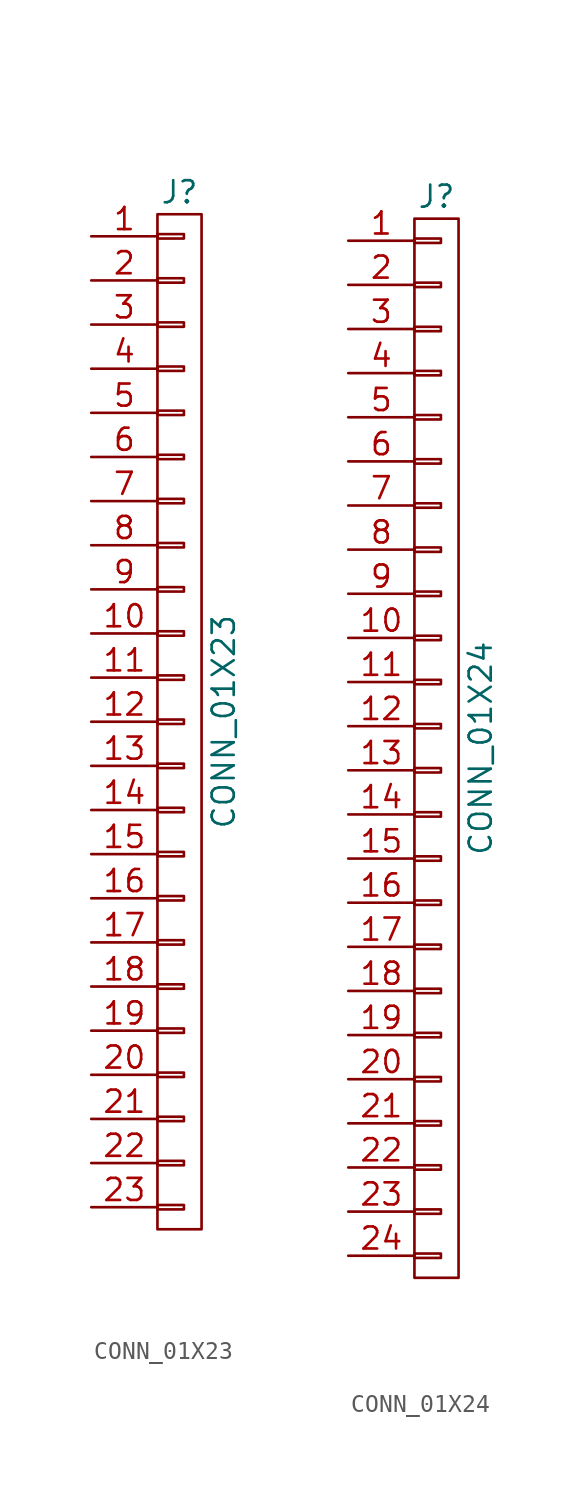
<source format=kicad_sym>
(kicad_symbol_lib
  (version 20211014)
  (generator kicad_symbol_editor)
  (symbol "CONN_01X23"
    (pin_names
      (offset 1.016) hide)
    (property "Reference" "J"
      (at 0 30.48 0)
      (effects (font (size 1.27 1.27))))
    (property "Value" "CONN_01X23"
      (at 2.54 0 90)
      (effects (font (size 1.27 1.27))))
    (symbol "CONN_01X23_0_1"
      (rectangle (start -1.27 -29.21) (end 1.27 29.21) (stroke (width 0) (type default) (color 0 0 0 0)) (fill (type none)))
      (rectangle (start -1.27 -27.813) (end 0.254 -28.067) (stroke (width 0) (type default) (color 0 0 0 0)) (fill (type none)))
      (rectangle (start -1.27 -25.273) (end 0.254 -25.527) (stroke (width 0) (type default) (color 0 0 0 0)) (fill (type none)))
      (rectangle (start -1.27 -22.733) (end 0.254 -22.987) (stroke (width 0) (type default) (color 0 0 0 0)) (fill (type none)))
      (rectangle (start -1.27 -20.193) (end 0.254 -20.447) (stroke (width 0) (type default) (color 0 0 0 0)) (fill (type none)))
      (rectangle (start -1.27 -17.653) (end 0.254 -17.907) (stroke (width 0) (type default) (color 0 0 0 0)) (fill (type none)))
      (rectangle (start -1.27 -15.113) (end 0.254 -15.367) (stroke (width 0) (type default) (color 0 0 0 0)) (fill (type none)))
      (rectangle (start -1.27 -12.573) (end 0.254 -12.827) (stroke (width 0) (type default) (color 0 0 0 0)) (fill (type none)))
      (rectangle (start -1.27 -10.033) (end 0.254 -10.287) (stroke (width 0) (type default) (color 0 0 0 0)) (fill (type none)))
      (rectangle (start -1.27 -7.493) (end 0.254 -7.747) (stroke (width 0) (type default) (color 0 0 0 0)) (fill (type none)))
      (rectangle (start -1.27 -4.953) (end 0.254 -5.207) (stroke (width 0) (type default) (color 0 0 0 0)) (fill (type none)))
      (rectangle (start -1.27 -2.413) (end 0.254 -2.667) (stroke (width 0) (type default) (color 0 0 0 0)) (fill (type none)))
      (rectangle (start -1.27 0.127) (end 0.254 -0.127) (stroke (width 0) (type default) (color 0 0 0 0)) (fill (type none)))
      (rectangle (start -1.27 2.667) (end 0.254 2.413) (stroke (width 0) (type default) (color 0 0 0 0)) (fill (type none)))
      (rectangle (start -1.27 5.207) (end 0.254 4.953) (stroke (width 0) (type default) (color 0 0 0 0)) (fill (type none)))
      (rectangle (start -1.27 7.747) (end 0.254 7.493) (stroke (width 0) (type default) (color 0 0 0 0)) (fill (type none)))
      (rectangle (start -1.27 10.287) (end 0.254 10.033) (stroke (width 0) (type default) (color 0 0 0 0)) (fill (type none)))
      (rectangle (start -1.27 12.827) (end 0.254 12.573) (stroke (width 0) (type default) (color 0 0 0 0)) (fill (type none)))
      (rectangle (start -1.27 15.367) (end 0.254 15.113) (stroke (width 0) (type default) (color 0 0 0 0)) (fill (type none)))
      (rectangle (start -1.27 17.907) (end 0.254 17.653) (stroke (width 0) (type default) (color 0 0 0 0)) (fill (type none)))
      (rectangle (start -1.27 20.447) (end 0.254 20.193) (stroke (width 0) (type default) (color 0 0 0 0)) (fill (type none)))
      (rectangle (start -1.27 22.987) (end 0.254 22.733) (stroke (width 0) (type default) (color 0 0 0 0)) (fill (type none)))
      (rectangle (start -1.27 25.527) (end 0.254 25.273) (stroke (width 0) (type default) (color 0 0 0 0)) (fill (type none)))
      (rectangle (start -1.27 28.067) (end 0.254 27.813) (stroke (width 0) (type default) (color 0 0 0 0)) (fill (type none))))
    (symbol "CONN_01X23_1_1"
      (pin passive line (at -5.08 27.94 0) (length 3.81) (name "P1" (effects (font (size 1.27 1.27)))) (number "1" (effects (font (size 1.27 1.27)))))
      (pin passive line (at -5.08 5.08 0) (length 3.81) (name "P10" (effects (font (size 1.27 1.27)))) (number "10" (effects (font (size 1.27 1.27)))))
      (pin passive line (at -5.08 2.54 0) (length 3.81) (name "P11" (effects (font (size 1.27 1.27)))) (number "11" (effects (font (size 1.27 1.27)))))
      (pin passive line (at -5.08 0 0) (length 3.81) (name "P12" (effects (font (size 1.27 1.27)))) (number "12" (effects (font (size 1.27 1.27)))))
      (pin passive line (at -5.08 -2.54 0) (length 3.81) (name "P13" (effects (font (size 1.27 1.27)))) (number "13" (effects (font (size 1.27 1.27)))))
      (pin passive line (at -5.08 -5.08 0) (length 3.81) (name "P14" (effects (font (size 1.27 1.27)))) (number "14" (effects (font (size 1.27 1.27)))))
      (pin passive line (at -5.08 -7.62 0) (length 3.81) (name "P15" (effects (font (size 1.27 1.27)))) (number "15" (effects (font (size 1.27 1.27)))))
      (pin passive line (at -5.08 -10.16 0) (length 3.81) (name "P16" (effects (font (size 1.27 1.27)))) (number "16" (effects (font (size 1.27 1.27)))))
      (pin passive line (at -5.08 -12.7 0) (length 3.81) (name "P17" (effects (font (size 1.27 1.27)))) (number "17" (effects (font (size 1.27 1.27)))))
      (pin passive line (at -5.08 -15.24 0) (length 3.81) (name "P18" (effects (font (size 1.27 1.27)))) (number "18" (effects (font (size 1.27 1.27)))))
      (pin passive line (at -5.08 -17.78 0) (length 3.81) (name "P19" (effects (font (size 1.27 1.27)))) (number "19" (effects (font (size 1.27 1.27)))))
      (pin passive line (at -5.08 25.4 0) (length 3.81) (name "P2" (effects (font (size 1.27 1.27)))) (number "2" (effects (font (size 1.27 1.27)))))
      (pin passive line (at -5.08 -20.32 0) (length 3.81) (name "P20" (effects (font (size 1.27 1.27)))) (number "20" (effects (font (size 1.27 1.27)))))
      (pin passive line (at -5.08 -22.86 0) (length 3.81) (name "P21" (effects (font (size 1.27 1.27)))) (number "21" (effects (font (size 1.27 1.27)))))
      (pin passive line (at -5.08 -25.4 0) (length 3.81) (name "P22" (effects (font (size 1.27 1.27)))) (number "22" (effects (font (size 1.27 1.27)))))
      (pin passive line (at -5.08 -27.94 0) (length 3.81) (name "P23" (effects (font (size 1.27 1.27)))) (number "23" (effects (font (size 1.27 1.27)))))
      (pin passive line (at -5.08 22.86 0) (length 3.81) (name "P3" (effects (font (size 1.27 1.27)))) (number "3" (effects (font (size 1.27 1.27)))))
      (pin passive line (at -5.08 20.32 0) (length 3.81) (name "P4" (effects (font (size 1.27 1.27)))) (number "4" (effects (font (size 1.27 1.27)))))
      (pin passive line (at -5.08 17.78 0) (length 3.81) (name "P5" (effects (font (size 1.27 1.27)))) (number "5" (effects (font (size 1.27 1.27)))))
      (pin passive line (at -5.08 15.24 0) (length 3.81) (name "P6" (effects (font (size 1.27 1.27)))) (number "6" (effects (font (size 1.27 1.27)))))
      (pin passive line (at -5.08 12.7 0) (length 3.81) (name "P7" (effects (font (size 1.27 1.27)))) (number "7" (effects (font (size 1.27 1.27)))))
      (pin passive line (at -5.08 10.16 0) (length 3.81) (name "P8" (effects (font (size 1.27 1.27)))) (number "8" (effects (font (size 1.27 1.27)))))
      (pin passive line (at -5.08 7.62 0) (length 3.81) (name "P9" (effects (font (size 1.27 1.27)))) (number "9" (effects (font (size 1.27 1.27)))))))
  (symbol "CONN_01X24"
    (pin_names
      (offset 1.016) hide)
    (property "Reference" "J"
      (at 0 31.75 0)
      (effects (font (size 1.27 1.27))))
    (property "Value" "CONN_01X24"
      (at 2.54 0 90)
      (effects (font (size 1.27 1.27))))
    (symbol "CONN_01X24_0_1"
      (rectangle (start -1.27 -30.48) (end 1.27 30.48) (stroke (width 0) (type default) (color 0 0 0 0)) (fill (type none)))
      (rectangle (start -1.27 -29.083) (end 0.254 -29.337) (stroke (width 0) (type default) (color 0 0 0 0)) (fill (type none)))
      (rectangle (start -1.27 -26.543) (end 0.254 -26.797) (stroke (width 0) (type default) (color 0 0 0 0)) (fill (type none)))
      (rectangle (start -1.27 -24.003) (end 0.254 -24.257) (stroke (width 0) (type default) (color 0 0 0 0)) (fill (type none)))
      (rectangle (start -1.27 -21.463) (end 0.254 -21.717) (stroke (width 0) (type default) (color 0 0 0 0)) (fill (type none)))
      (rectangle (start -1.27 -18.923) (end 0.254 -19.177) (stroke (width 0) (type default) (color 0 0 0 0)) (fill (type none)))
      (rectangle (start -1.27 -16.383) (end 0.254 -16.637) (stroke (width 0) (type default) (color 0 0 0 0)) (fill (type none)))
      (rectangle (start -1.27 -13.843) (end 0.254 -14.097) (stroke (width 0) (type default) (color 0 0 0 0)) (fill (type none)))
      (rectangle (start -1.27 -11.303) (end 0.254 -11.557) (stroke (width 0) (type default) (color 0 0 0 0)) (fill (type none)))
      (rectangle (start -1.27 -8.763) (end 0.254 -9.017) (stroke (width 0) (type default) (color 0 0 0 0)) (fill (type none)))
      (rectangle (start -1.27 -6.223) (end 0.254 -6.477) (stroke (width 0) (type default) (color 0 0 0 0)) (fill (type none)))
      (rectangle (start -1.27 -3.683) (end 0.254 -3.937) (stroke (width 0) (type default) (color 0 0 0 0)) (fill (type none)))
      (rectangle (start -1.27 -1.143) (end 0.254 -1.397) (stroke (width 0) (type default) (color 0 0 0 0)) (fill (type none)))
      (rectangle (start -1.27 1.397) (end 0.254 1.143) (stroke (width 0) (type default) (color 0 0 0 0)) (fill (type none)))
      (rectangle (start -1.27 3.937) (end 0.254 3.683) (stroke (width 0) (type default) (color 0 0 0 0)) (fill (type none)))
      (rectangle (start -1.27 6.477) (end 0.254 6.223) (stroke (width 0) (type default) (color 0 0 0 0)) (fill (type none)))
      (rectangle (start -1.27 9.017) (end 0.254 8.763) (stroke (width 0) (type default) (color 0 0 0 0)) (fill (type none)))
      (rectangle (start -1.27 11.557) (end 0.254 11.303) (stroke (width 0) (type default) (color 0 0 0 0)) (fill (type none)))
      (rectangle (start -1.27 14.097) (end 0.254 13.843) (stroke (width 0) (type default) (color 0 0 0 0)) (fill (type none)))
      (rectangle (start -1.27 16.637) (end 0.254 16.383) (stroke (width 0) (type default) (color 0 0 0 0)) (fill (type none)))
      (rectangle (start -1.27 19.177) (end 0.254 18.923) (stroke (width 0) (type default) (color 0 0 0 0)) (fill (type none)))
      (rectangle (start -1.27 21.717) (end 0.254 21.463) (stroke (width 0) (type default) (color 0 0 0 0)) (fill (type none)))
      (rectangle (start -1.27 24.257) (end 0.254 24.003) (stroke (width 0) (type default) (color 0 0 0 0)) (fill (type none)))
      (rectangle (start -1.27 26.797) (end 0.254 26.543) (stroke (width 0) (type default) (color 0 0 0 0)) (fill (type none)))
      (rectangle (start -1.27 29.337) (end 0.254 29.083) (stroke (width 0) (type default) (color 0 0 0 0)) (fill (type none))))
    (symbol "CONN_01X24_1_1"
      (pin passive line (at -5.08 29.21 0) (length 3.81) (name "P1" (effects (font (size 1.27 1.27)))) (number "1" (effects (font (size 1.27 1.27)))))
      (pin passive line (at -5.08 6.35 0) (length 3.81) (name "P10" (effects (font (size 1.27 1.27)))) (number "10" (effects (font (size 1.27 1.27)))))
      (pin passive line (at -5.08 3.81 0) (length 3.81) (name "P11" (effects (font (size 1.27 1.27)))) (number "11" (effects (font (size 1.27 1.27)))))
      (pin passive line (at -5.08 1.27 0) (length 3.81) (name "P12" (effects (font (size 1.27 1.27)))) (number "12" (effects (font (size 1.27 1.27)))))
      (pin passive line (at -5.08 -1.27 0) (length 3.81) (name "P13" (effects (font (size 1.27 1.27)))) (number "13" (effects (font (size 1.27 1.27)))))
      (pin passive line (at -5.08 -3.81 0) (length 3.81) (name "P14" (effects (font (size 1.27 1.27)))) (number "14" (effects (font (size 1.27 1.27)))))
      (pin passive line (at -5.08 -6.35 0) (length 3.81) (name "P15" (effects (font (size 1.27 1.27)))) (number "15" (effects (font (size 1.27 1.27)))))
      (pin passive line (at -5.08 -8.89 0) (length 3.81) (name "P16" (effects (font (size 1.27 1.27)))) (number "16" (effects (font (size 1.27 1.27)))))
      (pin passive line (at -5.08 -11.43 0) (length 3.81) (name "P17" (effects (font (size 1.27 1.27)))) (number "17" (effects (font (size 1.27 1.27)))))
      (pin passive line (at -5.08 -13.97 0) (length 3.81) (name "P18" (effects (font (size 1.27 1.27)))) (number "18" (effects (font (size 1.27 1.27)))))
      (pin passive line (at -5.08 -16.51 0) (length 3.81) (name "P19" (effects (font (size 1.27 1.27)))) (number "19" (effects (font (size 1.27 1.27)))))
      (pin passive line (at -5.08 26.67 0) (length 3.81) (name "P2" (effects (font (size 1.27 1.27)))) (number "2" (effects (font (size 1.27 1.27)))))
      (pin passive line (at -5.08 -19.05 0) (length 3.81) (name "P20" (effects (font (size 1.27 1.27)))) (number "20" (effects (font (size 1.27 1.27)))))
      (pin passive line (at -5.08 -21.59 0) (length 3.81) (name "P21" (effects (font (size 1.27 1.27)))) (number "21" (effects (font (size 1.27 1.27)))))
      (pin passive line (at -5.08 -24.13 0) (length 3.81) (name "P22" (effects (font (size 1.27 1.27)))) (number "22" (effects (font (size 1.27 1.27)))))
      (pin passive line (at -5.08 -26.67 0) (length 3.81) (name "P23" (effects (font (size 1.27 1.27)))) (number "23" (effects (font (size 1.27 1.27)))))
      (pin passive line (at -5.08 -29.21 0) (length 3.81) (name "P24" (effects (font (size 1.27 1.27)))) (number "24" (effects (font (size 1.27 1.27)))))
      (pin passive line (at -5.08 24.13 0) (length 3.81) (name "P3" (effects (font (size 1.27 1.27)))) (number "3" (effects (font (size 1.27 1.27)))))
      (pin passive line (at -5.08 21.59 0) (length 3.81) (name "P4" (effects (font (size 1.27 1.27)))) (number "4" (effects (font (size 1.27 1.27)))))
      (pin passive line (at -5.08 19.05 0) (length 3.81) (name "P5" (effects (font (size 1.27 1.27)))) (number "5" (effects (font (size 1.27 1.27)))))
      (pin passive line (at -5.08 16.51 0) (length 3.81) (name "P6" (effects (font (size 1.27 1.27)))) (number "6" (effects (font (size 1.27 1.27)))))
      (pin passive line (at -5.08 13.97 0) (length 3.81) (name "P7" (effects (font (size 1.27 1.27)))) (number "7" (effects (font (size 1.27 1.27)))))
      (pin passive line (at -5.08 11.43 0) (length 3.81) (name "P8" (effects (font (size 1.27 1.27)))) (number "8" (effects (font (size 1.27 1.27)))))
      (pin passive line (at -5.08 8.89 0) (length 3.81) (name "P9" (effects (font (size 1.27 1.27)))) (number "9" (effects (font (size 1.27 1.27))))))))
</source>
